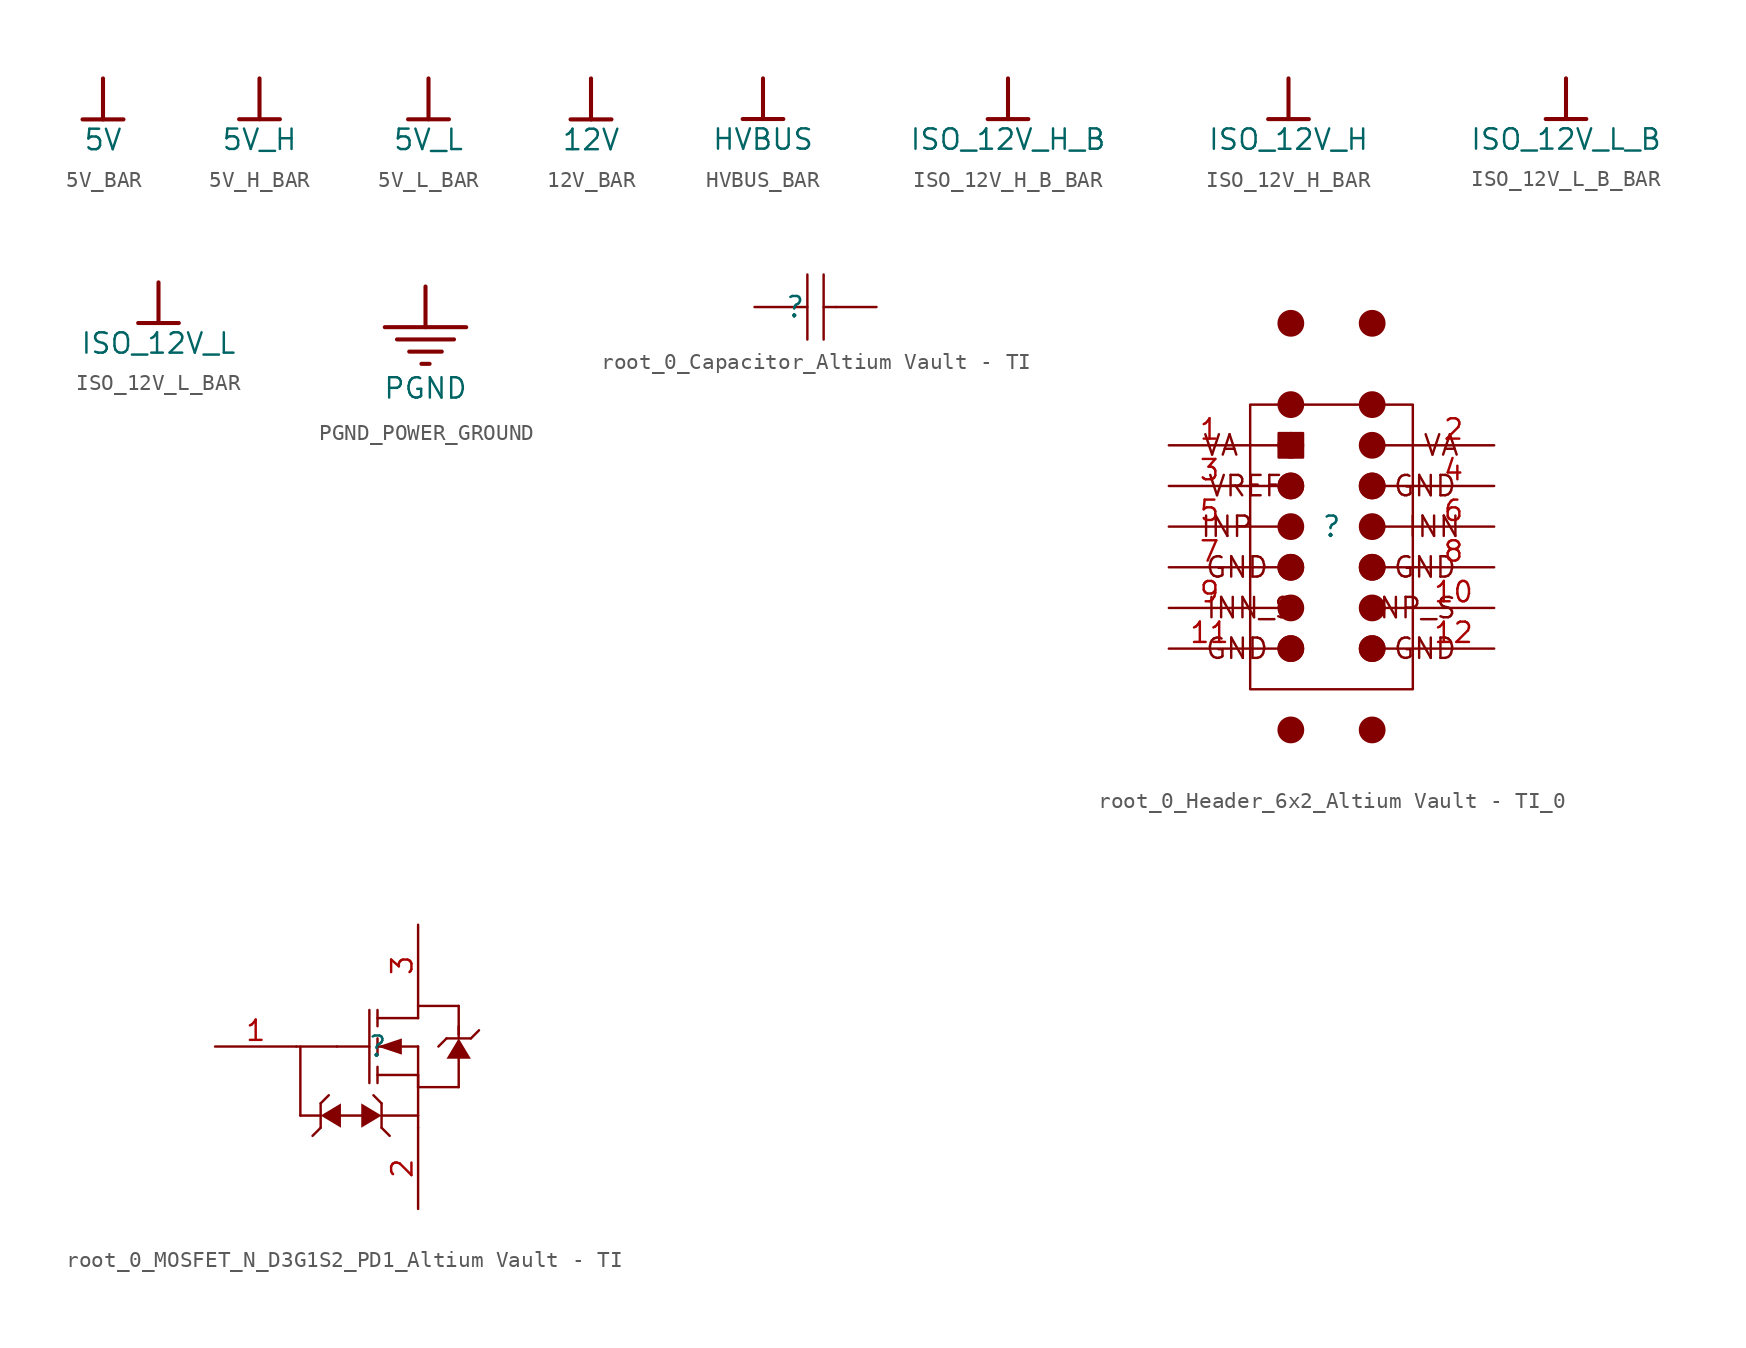
<source format=kicad_sym>
(kicad_symbol_lib
  (version 20241209)
  (generator "kicad_symbol_editor")
  (generator_version "9.0")
  (symbol "5V_BAR"
    (power)
    (property "Reference" "#PWR"
      (at 0 0 0)
      (effects (font (size 1.27 1.27)) (hide yes)))
    (property "Value" "5V"
      (at 0 -3.81 0)
      (effects (font (size 1.27 1.27))))
    (symbol "5V_BAR_0_0"
      (polyline (pts (xy -1.27 -2.54) (xy 1.27 -2.54)) (stroke (width 0.254) (type solid)) (fill (type none)))
      (polyline (pts (xy 0 0) (xy 0 -2.54)) (stroke (width 0.254) (type solid)) (fill (type none)))
      (pin power_in line (at 0 0 0) (length 0) (hide yes) (name "5V" (effects (font (size 1.27 1.27)))) (number "" (effects (font (size 1.27 1.27)))))))
  (symbol "5V_H_BAR"
    (power)
    (property "Reference" "#PWR"
      (at 0 0 0)
      (effects (font (size 1.27 1.27)) (hide yes)))
    (property "Value" "5V_H"
      (at 0 -3.81 0)
      (effects (font (size 1.27 1.27))))
    (symbol "5V_H_BAR_0_0"
      (polyline (pts (xy -1.27 -2.54) (xy 1.27 -2.54)) (stroke (width 0.254) (type solid)) (fill (type none)))
      (polyline (pts (xy 0 0) (xy 0 -2.54)) (stroke (width 0.254) (type solid)) (fill (type none)))
      (pin power_in line (at 0 0 0) (length 0) (hide yes) (name "5V_H" (effects (font (size 1.27 1.27)))) (number "" (effects (font (size 1.27 1.27)))))))
  (symbol "5V_L_BAR"
    (power)
    (property "Reference" "#PWR"
      (at 0 0 0)
      (effects (font (size 1.27 1.27)) (hide yes)))
    (property "Value" "5V_L"
      (at 0 -3.81 0)
      (effects (font (size 1.27 1.27))))
    (symbol "5V_L_BAR_0_0"
      (polyline (pts (xy -1.27 -2.54) (xy 1.27 -2.54)) (stroke (width 0.254) (type solid)) (fill (type none)))
      (polyline (pts (xy 0 0) (xy 0 -2.54)) (stroke (width 0.254) (type solid)) (fill (type none)))
      (pin power_in line (at 0 0 0) (length 0) (hide yes) (name "5V_L" (effects (font (size 1.27 1.27)))) (number "" (effects (font (size 1.27 1.27)))))))
  (symbol "12V_BAR"
    (power)
    (property "Reference" "#PWR"
      (at 0 0 0)
      (effects (font (size 1.27 1.27)) (hide yes)))
    (property "Value" "12V"
      (at 0 -3.81 0)
      (effects (font (size 1.27 1.27))))
    (symbol "12V_BAR_0_0"
      (polyline (pts (xy -1.27 -2.54) (xy 1.27 -2.54)) (stroke (width 0.254) (type solid)) (fill (type none)))
      (polyline (pts (xy 0 0) (xy 0 -2.54)) (stroke (width 0.254) (type solid)) (fill (type none)))
      (pin power_in line (at 0 0 0) (length 0) (hide yes) (name "12V" (effects (font (size 1.27 1.27)))) (number "" (effects (font (size 1.27 1.27)))))))
  (symbol "HVBUS_BAR"
    (power)
    (property "Reference" "#PWR"
      (at 0 0 0)
      (effects (font (size 1.27 1.27)) (hide yes)))
    (property "Value" "HVBUS"
      (at 0 -3.81 0)
      (effects (font (size 1.27 1.27))))
    (symbol "HVBUS_BAR_0_0"
      (polyline (pts (xy -1.27 -2.54) (xy 1.27 -2.54)) (stroke (width 0.254) (type solid)) (fill (type none)))
      (polyline (pts (xy 0 0) (xy 0 -2.54)) (stroke (width 0.254) (type solid)) (fill (type none)))
      (pin power_in line (at 0 0 0) (length 0) (hide yes) (name "HVBUS" (effects (font (size 1.27 1.27)))) (number "" (effects (font (size 1.27 1.27)))))))
  (symbol "ISO_12V_H_B_BAR"
    (power)
    (property "Reference" "#PWR"
      (at 0 0 0)
      (effects (font (size 1.27 1.27)) (hide yes)))
    (property "Value" "ISO_12V_H_B"
      (at 0 -3.81 0)
      (effects (font (size 1.27 1.27))))
    (symbol "ISO_12V_H_B_BAR_0_0"
      (polyline (pts (xy -1.27 -2.54) (xy 1.27 -2.54)) (stroke (width 0.254) (type solid)) (fill (type none)))
      (polyline (pts (xy 0 0) (xy 0 -2.54)) (stroke (width 0.254) (type solid)) (fill (type none)))
      (pin power_in line (at 0 0 0) (length 0) (hide yes) (name "ISO_12V_H_B" (effects (font (size 1.27 1.27)))) (number "" (effects (font (size 1.27 1.27)))))))
  (symbol "ISO_12V_H_BAR"
    (power)
    (property "Reference" "#PWR"
      (at 0 0 0)
      (effects (font (size 1.27 1.27)) (hide yes)))
    (property "Value" "ISO_12V_H"
      (at 0 -3.81 0)
      (effects (font (size 1.27 1.27))))
    (symbol "ISO_12V_H_BAR_0_0"
      (polyline (pts (xy -1.27 -2.54) (xy 1.27 -2.54)) (stroke (width 0.254) (type solid)) (fill (type none)))
      (polyline (pts (xy 0 0) (xy 0 -2.54)) (stroke (width 0.254) (type solid)) (fill (type none)))
      (pin power_in line (at 0 0 0) (length 0) (hide yes) (name "ISO_12V_H" (effects (font (size 1.27 1.27)))) (number "" (effects (font (size 1.27 1.27)))))))
  (symbol "ISO_12V_L_B_BAR"
    (power)
    (property "Reference" "#PWR"
      (at 0 0 0)
      (effects (font (size 1.27 1.27)) (hide yes)))
    (property "Value" "ISO_12V_L_B"
      (at 0 -3.81 0)
      (effects (font (size 1.27 1.27))))
    (symbol "ISO_12V_L_B_BAR_0_0"
      (polyline (pts (xy -1.27 -2.54) (xy 1.27 -2.54)) (stroke (width 0.254) (type solid)) (fill (type none)))
      (polyline (pts (xy 0 0) (xy 0 -2.54)) (stroke (width 0.254) (type solid)) (fill (type none)))
      (pin power_in line (at 0 0 0) (length 0) (hide yes) (name "ISO_12V_L_B" (effects (font (size 1.27 1.27)))) (number "" (effects (font (size 1.27 1.27)))))))
  (symbol "ISO_12V_L_BAR"
    (power)
    (property "Reference" "#PWR"
      (at 0 0 0)
      (effects (font (size 1.27 1.27)) (hide yes)))
    (property "Value" "ISO_12V_L"
      (at 0 -3.81 0)
      (effects (font (size 1.27 1.27))))
    (symbol "ISO_12V_L_BAR_0_0"
      (polyline (pts (xy -1.27 -2.54) (xy 1.27 -2.54)) (stroke (width 0.254) (type solid)) (fill (type none)))
      (polyline (pts (xy 0 0) (xy 0 -2.54)) (stroke (width 0.254) (type solid)) (fill (type none)))
      (pin power_in line (at 0 0 0) (length 0) (hide yes) (name "ISO_12V_L" (effects (font (size 1.27 1.27)))) (number "" (effects (font (size 1.27 1.27)))))))
  (symbol "PGND_POWER_GROUND"
    (power)
    (property "Reference" "#PWR"
      (at 0 0 0)
      (effects (font (size 1.27 1.27)) (hide yes)))
    (property "Value" "PGND"
      (at 0 -6.35 0)
      (effects (font (size 1.27 1.27))))
    (symbol "PGND_POWER_GROUND_0_0"
      (polyline (pts (xy -2.54 -2.54) (xy 2.54 -2.54)) (stroke (width 0.254) (type solid)) (fill (type none)))
      (polyline (pts (xy -1.778 -3.302) (xy 1.778 -3.302)) (stroke (width 0.254) (type solid)) (fill (type none)))
      (polyline (pts (xy -1.016 -4.064) (xy 1.016 -4.064)) (stroke (width 0.254) (type solid)) (fill (type none)))
      (polyline (pts (xy -0.254 -4.826) (xy 0.254 -4.826)) (stroke (width 0.254) (type solid)) (fill (type none)))
      (polyline (pts (xy 0 0) (xy 0 -2.54)) (stroke (width 0.254) (type solid)) (fill (type none)))
      (pin power_in line (at 0 0 0) (length 0) (hide yes) (name "PGND" (effects (font (size 1.27 1.27)))) (number "" (effects (font (size 1.27 1.27)))))))
  (symbol "root_0_Capacitor_Altium Vault - TI"
    (pin_numbers
      (hide yes))
    (pin_names
      (hide yes))
    (property "Reference" ""
      (at 0 0 0)
      (effects (font (size 1.27 1.27))))
    (property "Value" ""
      (at 0 0 0)
      (effects (font (size 1.27 1.27))))
    (symbol "root_0_Capacitor_Altium Vault - TI_1_0"
      (polyline (pts (xy 0 0) (xy 0.762 0)) (stroke (width 0) (type solid)) (fill (type none)))
      (polyline (pts (xy 0.762 2.032) (xy 0.762 -2.032)) (stroke (width 0) (type solid)) (fill (type none)))
      (polyline (pts (xy 1.778 2.032) (xy 1.778 -2.032)) (stroke (width 0) (type solid)) (fill (type none)))
      (polyline (pts (xy 2.54 0) (xy 1.778 0)) (stroke (width 0) (type solid)) (fill (type none)))
      (pin passive line (at -2.54 0 0) (length 2.54) (name "2" (effects (font (size 1.27 1.27)))) (number "2" (effects (font (size 1.27 1.27)))))
      (pin passive line (at 5.08 0 180) (length 2.54) (name "1" (effects (font (size 1.27 1.27)))) (number "1" (effects (font (size 1.27 1.27)))))))
  (symbol "root_0_Header_6x2_Altium Vault - TI_0"
    (pin_names
      (hide yes))
    (property "Reference" ""
      (at 0 0 0)
      (effects (font (size 1.27 1.27))))
    (property "Value" ""
      (at 0 0 0)
      (effects (font (size 1.27 1.27))))
    (symbol "root_0_Header_6x2_Altium Vault - TI_0_1_0"
      (polyline (pts (xy -5.08 5.08) (xy -3.302 5.08)) (stroke (width 0) (type solid)) (fill (type none)))
      (polyline (pts (xy -5.08 2.54) (xy -3.302 2.54)) (stroke (width 0) (type solid)) (fill (type none)))
      (polyline (pts (xy -5.08 0) (xy -3.302 0)) (stroke (width 0) (type solid)) (fill (type none)))
      (polyline (pts (xy -5.08 -2.54) (xy -3.302 -2.54)) (stroke (width 0) (type solid)) (fill (type none)))
      (polyline (pts (xy -5.08 -5.08) (xy -3.302 -5.08)) (stroke (width 0) (type solid)) (fill (type none)))
      (polyline (pts (xy -5.08 -7.62) (xy -3.302 -7.62)) (stroke (width 0) (type solid)) (fill (type none)))
      (circle (center -2.54 12.7) (radius 0.762) (stroke (width 0) (type solid)) (fill (type outline)))
      (circle (center -2.54 7.62) (radius 0.762) (stroke (width 0) (type solid)) (fill (type outline)))
      (circle (center -2.54 5.08) (radius 0.762) (stroke (width 0) (type solid)) (fill (type outline)))
      (circle (center -2.54 2.54) (radius 0.762) (stroke (width 0) (type solid)) (fill (type outline)))
      (circle (center -2.54 2.54) (radius 0.762) (stroke (width 0) (type solid)) (fill (type outline)))
      (circle (center -2.54 0) (radius 0.762) (stroke (width 0) (type solid)) (fill (type outline)))
      (circle (center -2.54 -2.54) (radius 0.762) (stroke (width 0) (type solid)) (fill (type outline)))
      (circle (center -2.54 -2.54) (radius 0.762) (stroke (width 0) (type solid)) (fill (type outline)))
      (circle (center -2.54 -5.08) (radius 0.762) (stroke (width 0) (type solid)) (fill (type outline)))
      (circle (center -2.54 -7.62) (radius 0.762) (stroke (width 0) (type solid)) (fill (type outline)))
      (circle (center -2.54 -7.62) (radius 0.762) (stroke (width 0) (type solid)) (fill (type outline)))
      (circle (center -2.54 -12.7) (radius 0.762) (stroke (width 0) (type solid)) (fill (type outline)))
      (rectangle (start -1.778 5.842) (end -3.302 4.318) (stroke (width 0) (type solid)) (fill (type outline)))
      (circle (center 2.54 12.7) (radius 0.762) (stroke (width 0) (type solid)) (fill (type outline)))
      (circle (center 2.54 7.62) (radius 0.762) (stroke (width 0) (type solid)) (fill (type outline)))
      (circle (center 2.54 5.08) (radius 0.762) (stroke (width 0) (type solid)) (fill (type outline)))
      (circle (center 2.54 2.54) (radius 0.762) (stroke (width 0) (type solid)) (fill (type outline)))
      (circle (center 2.54 2.54) (radius 0.762) (stroke (width 0) (type solid)) (fill (type outline)))
      (circle (center 2.54 0) (radius 0.762) (stroke (width 0) (type solid)) (fill (type outline)))
      (circle (center 2.54 -2.54) (radius 0.762) (stroke (width 0) (type solid)) (fill (type outline)))
      (circle (center 2.54 -2.54) (radius 0.762) (stroke (width 0) (type solid)) (fill (type outline)))
      (circle (center 2.54 -5.08) (radius 0.762) (stroke (width 0) (type solid)) (fill (type outline)))
      (circle (center 2.54 -7.62) (radius 0.762) (stroke (width 0) (type solid)) (fill (type outline)))
      (circle (center 2.54 -7.62) (radius 0.762) (stroke (width 0) (type solid)) (fill (type outline)))
      (circle (center 2.54 -12.7) (radius 0.762) (stroke (width 0) (type solid)) (fill (type outline)))
      (rectangle (start 5.08 7.62) (end -5.08 -10.16) (stroke (width 0) (type solid)) (fill (type color) (color 255 255 255 1)))
      (polyline (pts (xy 5.08 5.08) (xy 3.302 5.08)) (stroke (width 0) (type solid)) (fill (type none)))
      (polyline (pts (xy 5.08 2.54) (xy 3.302 2.54)) (stroke (width 0) (type solid)) (fill (type none)))
      (polyline (pts (xy 5.08 0) (xy 3.302 0)) (stroke (width 0) (type solid)) (fill (type none)))
      (polyline (pts (xy 5.08 -2.54) (xy 3.302 -2.54)) (stroke (width 0) (type solid)) (fill (type none)))
      (polyline (pts (xy 5.08 -5.08) (xy 3.302 -5.08)) (stroke (width 0) (type solid)) (fill (type none)))
      (polyline (pts (xy 5.08 -7.62) (xy 3.302 -7.62)) (stroke (width 0) (type solid)) (fill (type none)))
      (text "VA" (at -6.914 5.08 0) (effects (font (size 1.27 1.27))))
      (text "INP" (at -6.535 0 0) (effects (font (size 1.27 1.27))))
      (text "GND" (at -5.902 -2.54 0) (effects (font (size 1.27 1.27))))
      (text "GND" (at -5.902 -7.62 0) (effects (font (size 1.27 1.27))))
      (text "VREF" (at -5.397 2.54 0) (effects (font (size 1.27 1.27))))
      (text "INN_S" (at -5.08 -5.08 0) (effects (font (size 1.27 1.27))))
      (text "INP_S" (at 5.08 -5.08 0) (effects (font (size 1.27 1.27))))
      (text "GND" (at 5.838 2.54 0) (effects (font (size 1.27 1.27))))
      (text "GND" (at 5.838 -2.54 0) (effects (font (size 1.27 1.27))))
      (text "GND" (at 5.838 -7.62 0) (effects (font (size 1.27 1.27))))
      (text "INN" (at 6.408 0 0) (effects (font (size 1.27 1.27))))
      (text "VA" (at 6.85 5.08 0) (effects (font (size 1.27 1.27))))
      (pin passive line (at -10.16 5.08 0) (length 5.08) (name "1" (effects (font (size 1.27 1.27)))) (number "1" (effects (font (size 1.27 1.27)))))
      (pin passive line (at -10.16 2.54 0) (length 5.08) (name "3" (effects (font (size 1.27 1.27)))) (number "3" (effects (font (size 1.27 1.27)))))
      (pin passive line (at -10.16 0 0) (length 5.08) (name "5" (effects (font (size 1.27 1.27)))) (number "5" (effects (font (size 1.27 1.27)))))
      (pin passive line (at -10.16 -2.54 0) (length 5.08) (name "7" (effects (font (size 1.27 1.27)))) (number "7" (effects (font (size 1.27 1.27)))))
      (pin passive line (at -10.16 -5.08 0) (length 5.08) (name "9" (effects (font (size 1.27 1.27)))) (number "9" (effects (font (size 1.27 1.27)))))
      (pin passive line (at -10.16 -7.62 0) (length 5.08) (name "11" (effects (font (size 1.27 1.27)))) (number "11" (effects (font (size 1.27 1.27)))))
      (pin passive line (at 10.16 5.08 180) (length 5.08) (name "2" (effects (font (size 1.27 1.27)))) (number "2" (effects (font (size 1.27 1.27)))))
      (pin passive line (at 10.16 2.54 180) (length 5.08) (name "4" (effects (font (size 1.27 1.27)))) (number "4" (effects (font (size 1.27 1.27)))))
      (pin passive line (at 10.16 0 180) (length 5.08) (name "6" (effects (font (size 1.27 1.27)))) (number "6" (effects (font (size 1.27 1.27)))))
      (pin passive line (at 10.16 -2.54 180) (length 5.08) (name "8" (effects (font (size 1.27 1.27)))) (number "8" (effects (font (size 1.27 1.27)))))
      (pin passive line (at 10.16 -5.08 180) (length 5.08) (name "10" (effects (font (size 1.27 1.27)))) (number "10" (effects (font (size 1.27 1.27)))))
      (pin passive line (at 10.16 -7.62 180) (length 5.08) (name "12" (effects (font (size 1.27 1.27)))) (number "12" (effects (font (size 1.27 1.27)))))))
  (symbol "root_0_MOSFET_N_D3G1S2_PD1_Altium Vault - TI"
    (pin_names
      (hide yes))
    (property "Reference" ""
      (at 0 0 0)
      (effects (font (size 1.27 1.27))))
    (property "Value" ""
      (at 0 0 0)
      (effects (font (size 1.27 1.27))))
    (symbol "root_0_MOSFET_N_D3G1S2_PD1_Altium Vault - TI_1_0"
      (polyline (pts (xy -5.08 0) (xy -2.54 0)) (stroke (width 0) (type solid)) (fill (type none)))
      (polyline (pts (xy -4.826 -4.318) (xy -4.826 0)) (stroke (width 0) (type solid)) (fill (type none)))
      (polyline (pts (xy -4.826 -4.318) (xy -3.556 -4.318)) (stroke (width 0) (type solid)) (fill (type none)))
      (polyline (pts (xy -4.064 -5.588) (xy -3.556 -5.08)) (stroke (width 0) (type solid)) (fill (type none)))
      (polyline (pts (xy -3.556 -3.556) (xy -3.556 -5.08)) (stroke (width 0) (type solid)) (fill (type none)))
      (polyline (pts (xy -3.556 -4.318) (xy -2.286 -5.08) (xy -2.286 -3.556) (xy -3.556 -4.318)) (stroke (width -0.0001) (type solid)) (fill (type outline)))
      (polyline (pts (xy -3.048 -3.048) (xy -3.556 -3.556)) (stroke (width 0) (type solid)) (fill (type none)))
      (polyline (pts (xy -2.54 0) (xy -0.508 0)) (stroke (width 0) (type solid)) (fill (type none)))
      (polyline (pts (xy -0.762 -4.318) (xy -2.54 -4.318)) (stroke (width 0) (type solid)) (fill (type none)))
      (polyline (pts (xy -0.508 2.286) (xy -0.508 -2.286)) (stroke (width 0) (type solid)) (fill (type none)))
      (polyline (pts (xy 0 2.286) (xy 0 1.27)) (stroke (width 0) (type solid)) (fill (type none)))
      (polyline (pts (xy 0 0) (xy 1.524 -0.508) (xy 1.524 0.508) (xy 0 0)) (stroke (width -0.0001) (type solid)) (fill (type outline)))
      (polyline (pts (xy 0 -0.508) (xy 0 0.508)) (stroke (width 0) (type solid)) (fill (type none)))
      (polyline (pts (xy 0 -2.286) (xy 0 -1.27)) (stroke (width 0) (type solid)) (fill (type none)))
      (polyline (pts (xy 0.254 -3.556) (xy -0.254 -3.048)) (stroke (width 0) (type solid)) (fill (type none)))
      (polyline (pts (xy 0.254 -4.318) (xy 2.54 -4.318)) (stroke (width 0) (type solid)) (fill (type none)))
      (polyline (pts (xy 0.254 -4.318) (xy -1.016 -3.556) (xy -1.016 -5.08) (xy 0.254 -4.318)) (stroke (width -0.0001) (type solid)) (fill (type outline)))
      (polyline (pts (xy 0.254 -5.08) (xy 0.254 -3.556)) (stroke (width 0) (type solid)) (fill (type none)))
      (polyline (pts (xy 0.254 -5.08) (xy 0.762 -5.588)) (stroke (width 0) (type solid)) (fill (type none)))
      (polyline (pts (xy 2.54 2.54) (xy 5.08 2.54)) (stroke (width 0) (type solid)) (fill (type none)))
      (polyline (pts (xy 2.54 1.778) (xy 0 1.778)) (stroke (width 0) (type solid)) (fill (type none)))
      (polyline (pts (xy 2.54 1.778) (xy 2.54 2.54)) (stroke (width 0) (type solid)) (fill (type none)))
      (polyline (pts (xy 2.54 0) (xy 0 0)) (stroke (width 0) (type solid)) (fill (type none)))
      (polyline (pts (xy 2.54 -1.778) (xy 0 -1.778)) (stroke (width 0) (type solid)) (fill (type none)))
      (polyline (pts (xy 2.54 -1.778) (xy 2.54 -2.54)) (stroke (width 0) (type solid)) (fill (type none)))
      (polyline (pts (xy 2.54 -2.54) (xy 2.54 0)) (stroke (width 0) (type solid)) (fill (type none)))
      (polyline (pts (xy 2.54 -2.54) (xy 5.08 -2.54)) (stroke (width 0) (type solid)) (fill (type none)))
      (polyline (pts (xy 2.54 -5.08) (xy 2.54 -2.54)) (stroke (width 0) (type solid)) (fill (type none)))
      (polyline (pts (xy 4.318 0.508) (xy 3.81 0)) (stroke (width 0) (type solid)) (fill (type none)))
      (polyline (pts (xy 5.08 2.54) (xy 5.08 0.762)) (stroke (width 0) (type solid)) (fill (type none)))
      (polyline (pts (xy 5.08 1.27) (xy 5.08 0.508)) (stroke (width 0) (type solid)) (fill (type none)))
      (polyline (pts (xy 5.08 0.508) (xy 4.318 -0.762) (xy 5.842 -0.762) (xy 5.08 0.508)) (stroke (width -0.0001) (type solid)) (fill (type outline)))
      (polyline (pts (xy 5.08 -2.54) (xy 5.08 -0.508)) (stroke (width 0) (type solid)) (fill (type none)))
      (polyline (pts (xy 5.842 0.508) (xy 4.318 0.508)) (stroke (width 0) (type solid)) (fill (type none)))
      (polyline (pts (xy 5.842 0.508) (xy 6.35 1.016)) (stroke (width 0) (type solid)) (fill (type none)))
      (pin passive line (at -10.16 0 0) (length 5.08) (name "G" (effects (font (size 1.27 1.27)))) (number "1" (effects (font (size 1.27 1.27)))))
      (pin passive line (at 2.54 7.62 270) (length 5.08) (name "D" (effects (font (size 1.27 1.27)))) (number "3" (effects (font (size 1.27 1.27)))))
      (pin passive line (at 2.54 -10.16 90) (length 5.08) (name "S" (effects (font (size 1.27 1.27)))) (number "2" (effects (font (size 1.27 1.27))))))))
</source>
